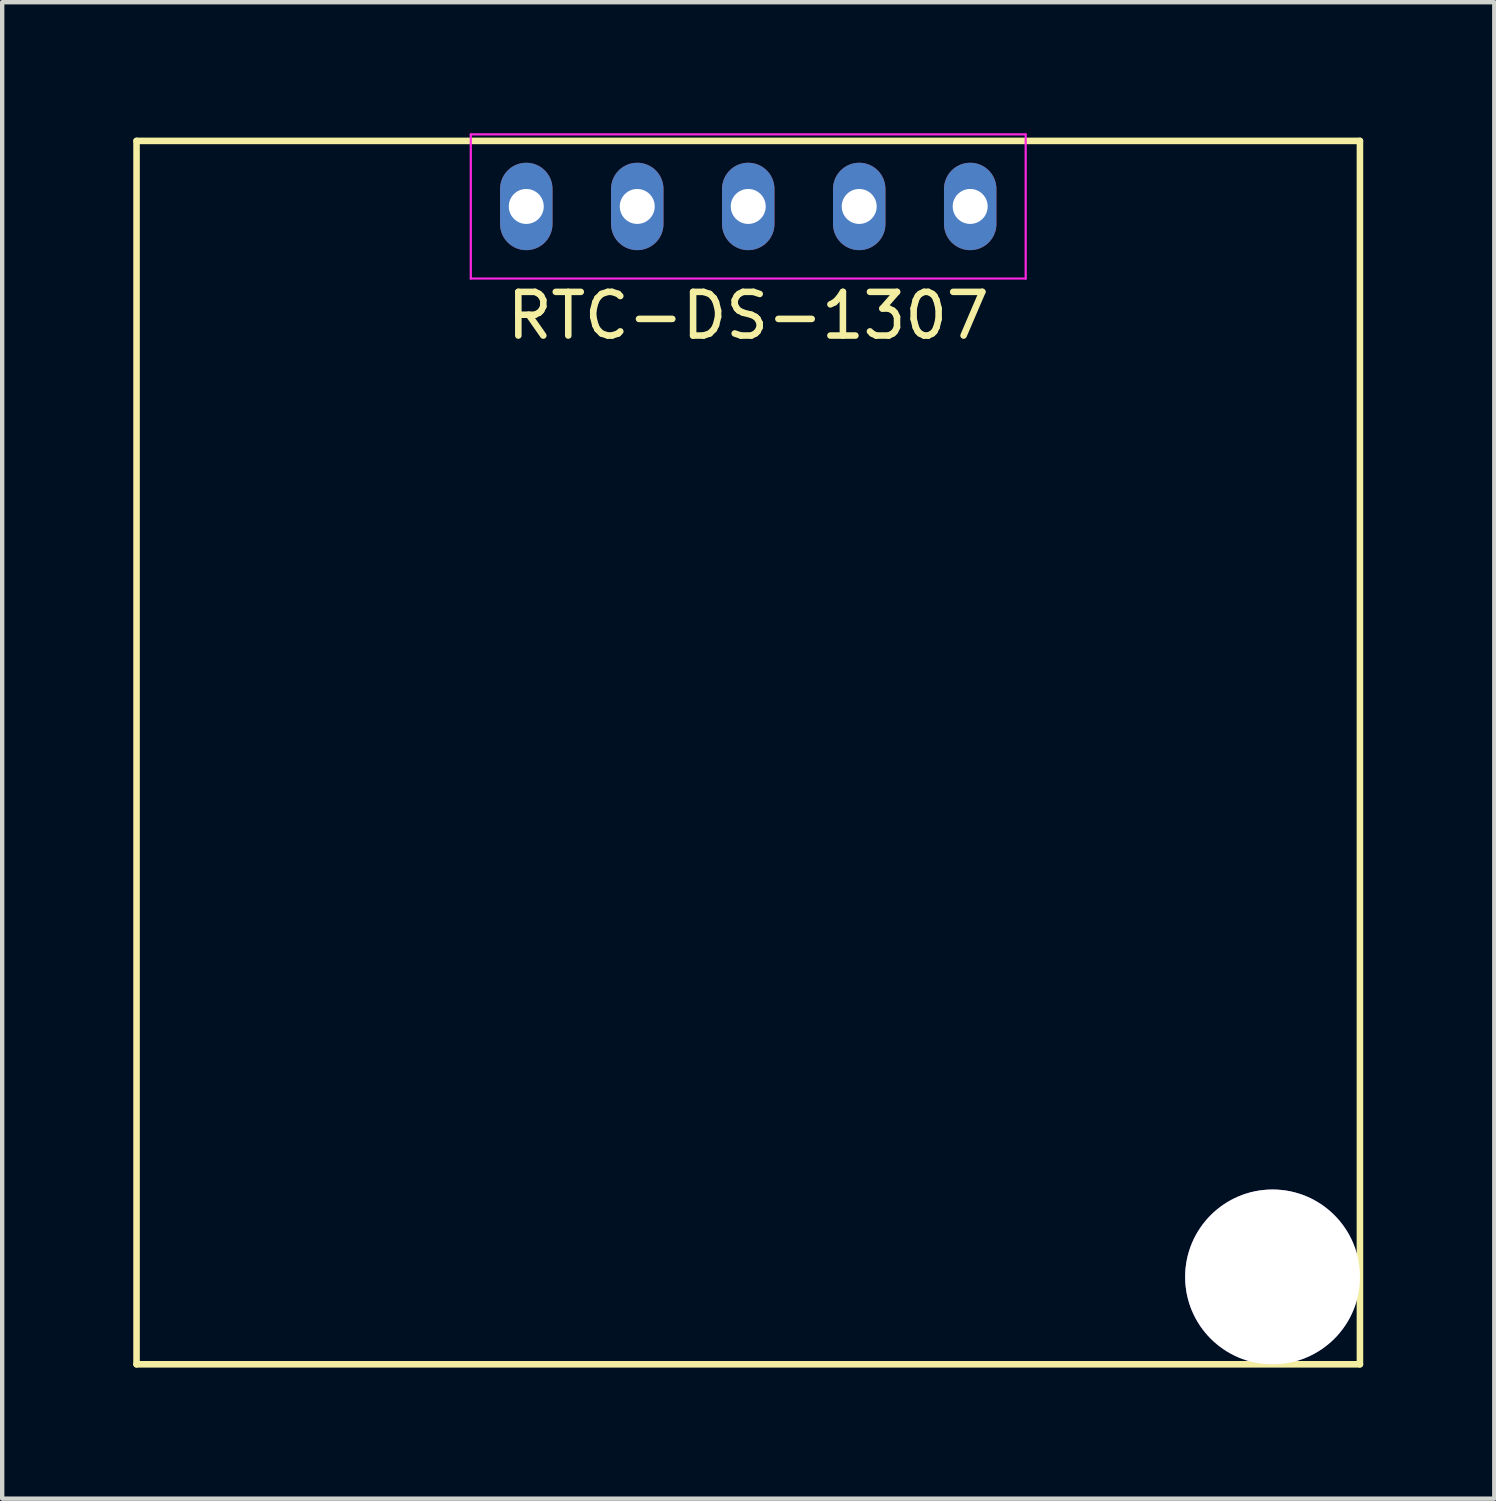
<source format=kicad_pcb>
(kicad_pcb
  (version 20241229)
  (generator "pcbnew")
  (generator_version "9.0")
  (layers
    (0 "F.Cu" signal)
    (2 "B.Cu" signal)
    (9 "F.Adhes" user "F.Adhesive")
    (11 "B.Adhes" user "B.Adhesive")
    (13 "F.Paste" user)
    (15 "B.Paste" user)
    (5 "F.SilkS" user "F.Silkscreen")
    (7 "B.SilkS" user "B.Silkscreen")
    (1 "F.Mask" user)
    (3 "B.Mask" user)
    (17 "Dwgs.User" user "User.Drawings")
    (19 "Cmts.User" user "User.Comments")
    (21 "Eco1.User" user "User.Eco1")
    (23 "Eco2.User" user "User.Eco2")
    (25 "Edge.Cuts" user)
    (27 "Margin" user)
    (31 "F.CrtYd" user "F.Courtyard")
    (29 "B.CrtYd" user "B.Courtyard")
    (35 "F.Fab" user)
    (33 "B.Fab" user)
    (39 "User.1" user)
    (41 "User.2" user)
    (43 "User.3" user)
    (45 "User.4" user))
  (footprint "RTC-DS-1307"
    (layer "F.Cu")
    (at 14.075 1.675)
    (property "Reference" "RTC-DS-1307" (at 0 2.5 0) (layer "F.SilkS") (effects (font (size 1 1) (thickness 0.15))))
    (attr through_hole)
    (fp_line (start -14 -1.5) (end -14 26.5) (stroke (width 0.15) (type solid)) (layer "F.SilkS"))
    (fp_line (start -14 -1.5) (end 14 -1.5) (stroke (width 0.15) (type solid)) (layer "F.SilkS"))
    (fp_line (start -14 26.5) (end 14 26.5) (stroke (width 0.15) (type solid)) (layer "F.SilkS"))
    (fp_line (start 14 -1.5) (end 14 26.5) (stroke (width 0.15) (type solid)) (layer "F.SilkS"))
    (fp_line (start -6.35 -1.65) (end 6.35 -1.65) (stroke (width 0.05) (type solid)) (layer "F.CrtYd"))
    (fp_line (start -6.35 1.65) (end -6.35 -1.65) (stroke (width 0.05) (type solid)) (layer "F.CrtYd"))
    (fp_line (start 6.35 -1.65) (end 6.35 1.65) (stroke (width 0.05) (type solid)) (layer "F.CrtYd"))
    (fp_line (start 6.35 1.65) (end -6.35 1.65) (stroke (width 0.05) (type solid)) (layer "F.CrtYd"))
    (pad "" thru_hole circle (at 12 24.5) (size 4 4) (drill 4) (layers "*.Cu"))
    (pad "4" thru_hole oval (at 5.08 0) (size 1.2 2) (drill 0.8) (layers "*.Cu" "*.Mask"))
    (pad "5" thru_hole oval (at 0 0) (size 1.2 2) (drill 0.8) (layers "*.Cu" "*.Mask"))
    (pad "6" thru_hole oval (at -2.54 0) (size 1.2 2) (drill 0.8) (layers "*.Cu" "*.Mask"))
    (pad "8" thru_hole oval (at 2.54 0) (size 1.2 2) (drill 0.8) (layers "*.Cu" "*.Mask"))
    (pad "DS" thru_hole oval (at -5.08 0) (size 1.2 2) (drill 0.8) (layers "*.Cu" "*.Mask")))
  (gr_rect
    (start -3 -3)
    (end 31.15 31.25)
    (stroke (width 0.1) (type default))
    (fill no)
    (layer "Edge.Cuts")))
</source>
